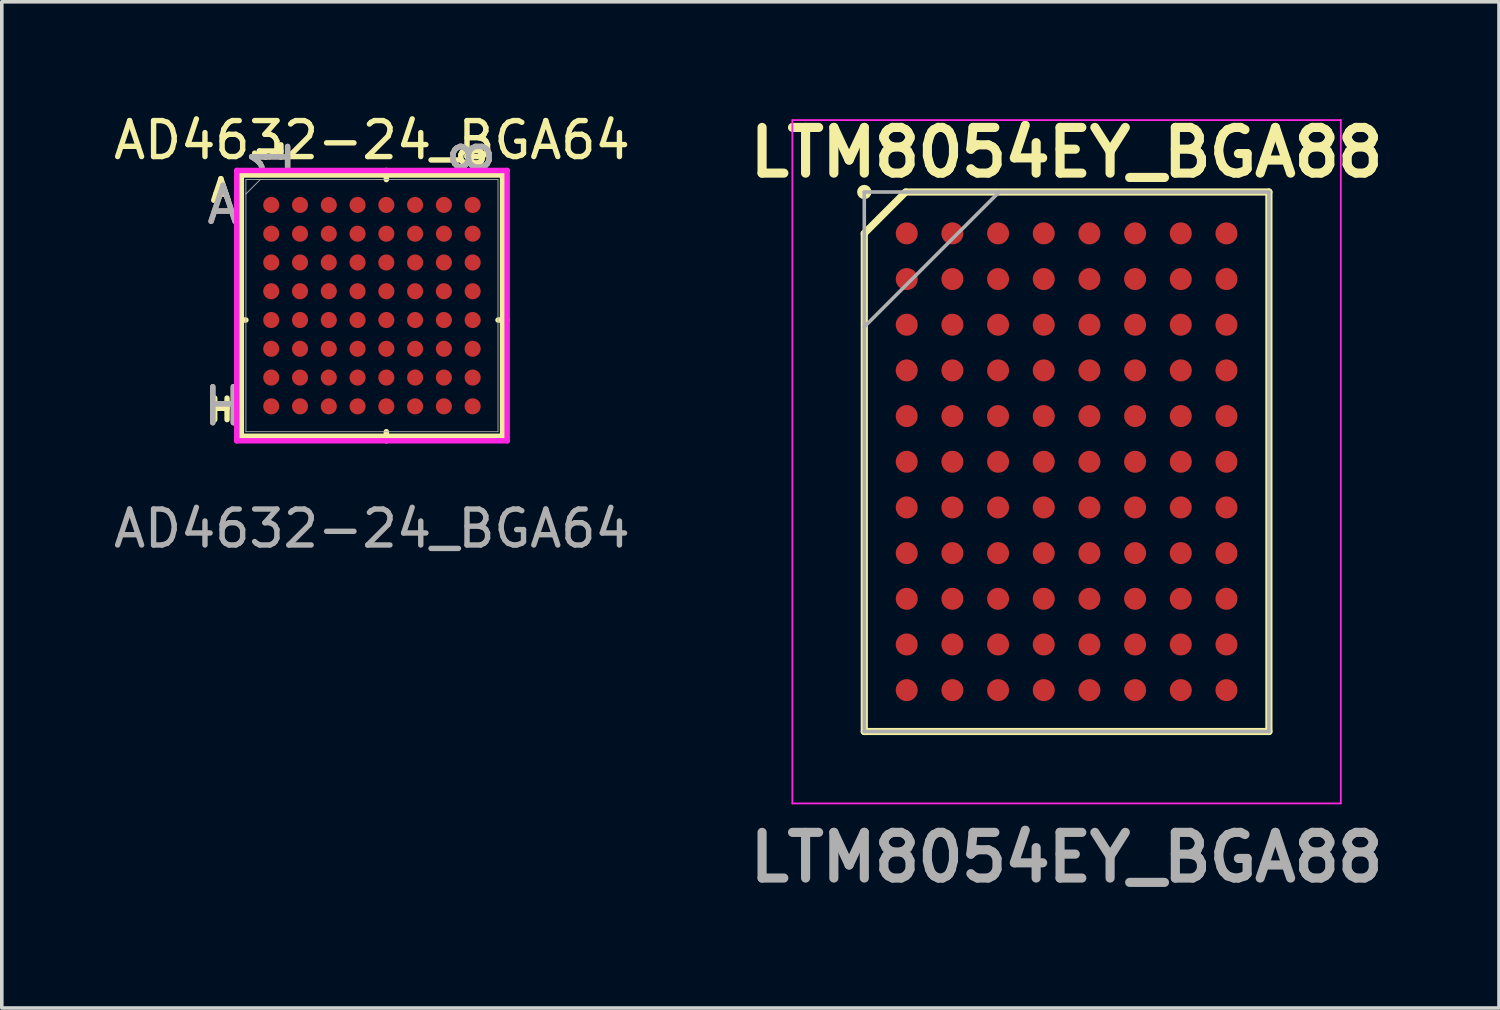
<source format=kicad_pcb>
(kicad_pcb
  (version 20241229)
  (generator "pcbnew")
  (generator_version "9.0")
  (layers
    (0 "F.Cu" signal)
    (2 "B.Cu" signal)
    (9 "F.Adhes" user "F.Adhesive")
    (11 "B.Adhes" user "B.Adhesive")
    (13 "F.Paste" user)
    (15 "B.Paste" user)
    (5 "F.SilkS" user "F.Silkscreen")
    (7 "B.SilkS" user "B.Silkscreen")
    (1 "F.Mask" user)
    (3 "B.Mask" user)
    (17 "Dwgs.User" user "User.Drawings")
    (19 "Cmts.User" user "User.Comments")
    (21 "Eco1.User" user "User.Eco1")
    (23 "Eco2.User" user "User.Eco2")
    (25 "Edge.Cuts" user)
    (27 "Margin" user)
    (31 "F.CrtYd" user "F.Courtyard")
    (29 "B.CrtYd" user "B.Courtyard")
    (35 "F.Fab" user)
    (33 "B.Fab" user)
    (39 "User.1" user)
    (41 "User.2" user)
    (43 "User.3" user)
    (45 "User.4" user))
  (footprint "AD4632-24_BGA64"
    (layer "F.Cu")
    (at 7.292 5.448)
    (property "Reference" "AD4632-24_BGA64" (at 0 -4.6 0) (unlocked yes) (layer "F.SilkS") (effects (font (size 1 1) (thickness 0.15))))
    (attr smd)
    (fp_line (start -3.632 -3.632) (end -3.632 3.632) (stroke (width 0.152) (type solid)) (layer "F.SilkS"))
    (fp_line (start -3.632 3.632) (end 3.632 3.632) (stroke (width 0.152) (type solid)) (layer "F.SilkS"))
    (fp_line (start -3.505 0.4) (end -3.759 0.4) (stroke (width 0.152) (type solid)) (layer "F.SilkS"))
    (fp_line (start 0.4 -3.505) (end 0.4 -3.759) (stroke (width 0.152) (type solid)) (layer "F.SilkS"))
    (fp_line (start 0.4 3.505) (end 0.4 3.759) (stroke (width 0.152) (type solid)) (layer "F.SilkS"))
    (fp_line (start 3.505 0.4) (end 3.759 0.4) (stroke (width 0.152) (type solid)) (layer "F.SilkS"))
    (fp_line (start 3.632 -3.632) (end -3.632 -3.632) (stroke (width 0.152) (type solid)) (layer "F.SilkS"))
    (fp_line (start 3.632 3.632) (end 3.632 -3.632) (stroke (width 0.152) (type solid)) (layer "F.SilkS"))
    (fp_poly (pts (xy -3.644 -3.644) (xy 3.644 -3.644) (xy 3.644 3.644) (xy -3.644 3.644)) (stroke (width 0.1) (type solid)) (fill no) (layer "Eco2.User"))
    (fp_line (start -3.759 -3.759) (end 3.759 -3.759) (stroke (width 0.152) (type solid)) (layer "F.CrtYd"))
    (fp_line (start -3.759 3.759) (end -3.759 -3.759) (stroke (width 0.152) (type solid)) (layer "F.CrtYd"))
    (fp_line (start 3.759 -3.759) (end 3.759 3.759) (stroke (width 0.152) (type solid)) (layer "F.CrtYd"))
    (fp_line (start 3.759 3.759) (end -3.759 3.759) (stroke (width 0.152) (type solid)) (layer "F.CrtYd"))
    (fp_line (start -3.505 -3.505) (end -3.505 3.505) (stroke (width 0.025) (type solid)) (layer "F.Fab"))
    (fp_line (start -3.505 3.505) (end 3.505 3.505) (stroke (width 0.025) (type solid)) (layer "F.Fab"))
    (fp_line (start -3.105 -3.505) (end -3.505 -3.105) (stroke (width 0.025) (type solid)) (layer "F.Fab"))
    (fp_line (start 3.505 -3.505) (end -3.505 -3.505) (stroke (width 0.025) (type solid)) (layer "F.Fab"))
    (fp_line (start 3.505 3.505) (end 3.505 -3.505) (stroke (width 0.025) (type solid)) (layer "F.Fab"))
    (fp_text user "8" (at 2.8 -4.14 90) (unlocked yes) (layer "F.SilkS") (effects (font (size 0.6 0.6) (thickness 0.15))))
    (fp_text user "H" (at -4.2 2.9 0) (unlocked yes) (layer "F.SilkS") (effects (font (size 0.6 0.6) (thickness 0.15))))
    (fp_text user "1" (at -2.8 -4.3 90) (unlocked yes) (layer "F.SilkS") (effects (font (size 0.6 0.6) (thickness 0.15))))
    (fp_text user "A" (at -4.2 -3.2 0) (unlocked yes) (layer "F.SilkS") (effects (font (size 0.6 0.6) (thickness 0.15))))
    (fp_text user "H" (at -4.14 2.8 0) (unlocked yes) (layer "B.SilkS") (effects (font (size 1 1) (thickness 0.15))))
    (fp_text user "A" (at -4.14 -2.8 0) (unlocked yes) (layer "B.SilkS") (effects (font (size 1 1) (thickness 0.15))))
    (fp_text user "1" (at -2.8 -4.14 90) (unlocked yes) (layer "B.SilkS") (effects (font (size 1 1) (thickness 0.15))))
    (fp_text user "8" (at 2.8 -4.14 90) (unlocked yes) (layer "B.SilkS") (effects (font (size 1 1) (thickness 0.15))))
    (fp_text user "A" (at -4.14 -2.8 0) (unlocked yes) (layer "F.Fab") (effects (font (size 1 1) (thickness 0.15))))
    (fp_text user "8" (at 2.8 -4.14 90) (unlocked yes) (layer "F.Fab") (effects (font (size 1 1) (thickness 0.15))))
    (fp_text user "H" (at -4.14 2.8 0) (unlocked yes) (layer "F.Fab") (effects (font (size 1 1) (thickness 0.15))))
    (fp_text user "1" (at -2.8 -4.14 90) (unlocked yes) (layer "F.Fab") (effects (font (size 1 1) (thickness 0.15))))
    (fp_text user "${REFERENCE}" (at 0 6.2 0) (unlocked yes) (layer "F.Fab") (effects (font (size 1 1) (thickness 0.15))))
    (pad "A1" smd circle (at -2.8 -2.8) (size 0.447 0.447) (layers "F.Cu" "F.Mask" "F.Paste"))
    (pad "A2" smd circle (at -2 -2.8) (size 0.447 0.447) (layers "F.Cu" "F.Mask" "F.Paste"))
    (pad "A3" smd circle (at -1.2 -2.8) (size 0.447 0.447) (layers "F.Cu" "F.Mask" "F.Paste"))
    (pad "A4" smd circle (at -0.4 -2.8) (size 0.447 0.447) (layers "F.Cu" "F.Mask" "F.Paste"))
    (pad "A5" smd circle (at 0.4 -2.8) (size 0.447 0.447) (layers "F.Cu" "F.Mask" "F.Paste"))
    (pad "A6" smd circle (at 1.2 -2.8) (size 0.447 0.447) (layers "F.Cu" "F.Mask" "F.Paste"))
    (pad "A7" smd circle (at 2 -2.8) (size 0.447 0.447) (layers "F.Cu" "F.Mask" "F.Paste"))
    (pad "A8" smd circle (at 2.8 -2.8) (size 0.447 0.447) (layers "F.Cu" "F.Mask" "F.Paste"))
    (pad "B1" smd circle (at -2.8 -2) (size 0.447 0.447) (layers "F.Cu" "F.Mask" "F.Paste"))
    (pad "B2" smd circle (at -2 -2) (size 0.447 0.447) (layers "F.Cu" "F.Mask" "F.Paste"))
    (pad "B3" smd circle (at -1.2 -2) (size 0.447 0.447) (layers "F.Cu" "F.Mask" "F.Paste"))
    (pad "B4" smd circle (at -0.4 -2) (size 0.447 0.447) (layers "F.Cu" "F.Mask" "F.Paste"))
    (pad "B5" smd circle (at 0.4 -2) (size 0.447 0.447) (layers "F.Cu" "F.Mask" "F.Paste"))
    (pad "B6" smd circle (at 1.2 -2) (size 0.447 0.447) (layers "F.Cu" "F.Mask" "F.Paste"))
    (pad "B7" smd circle (at 2 -2) (size 0.447 0.447) (layers "F.Cu" "F.Mask" "F.Paste"))
    (pad "B8" smd circle (at 2.8 -2) (size 0.447 0.447) (layers "F.Cu" "F.Mask" "F.Paste"))
    (pad "C1" smd circle (at -2.8 -1.2) (size 0.447 0.447) (layers "F.Cu" "F.Mask" "F.Paste"))
    (pad "C2" smd circle (at -2 -1.2) (size 0.447 0.447) (layers "F.Cu" "F.Mask" "F.Paste"))
    (pad "C3" smd circle (at -1.2 -1.2) (size 0.447 0.447) (layers "F.Cu" "F.Mask" "F.Paste"))
    (pad "C4" smd circle (at -0.4 -1.2) (size 0.447 0.447) (layers "F.Cu" "F.Mask" "F.Paste"))
    (pad "C5" smd circle (at 0.4 -1.2) (size 0.447 0.447) (layers "F.Cu" "F.Mask" "F.Paste"))
    (pad "C6" smd circle (at 1.2 -1.2) (size 0.447 0.447) (layers "F.Cu" "F.Mask" "F.Paste"))
    (pad "C7" smd circle (at 2 -1.2) (size 0.447 0.447) (layers "F.Cu" "F.Mask" "F.Paste"))
    (pad "C8" smd circle (at 2.8 -1.2) (size 0.447 0.447) (layers "F.Cu" "F.Mask" "F.Paste"))
    (pad "D1" smd circle (at -2.8 -0.4) (size 0.447 0.447) (layers "F.Cu" "F.Mask" "F.Paste"))
    (pad "D2" smd circle (at -2 -0.4) (size 0.447 0.447) (layers "F.Cu" "F.Mask" "F.Paste"))
    (pad "D3" smd circle (at -1.2 -0.4) (size 0.447 0.447) (layers "F.Cu" "F.Mask" "F.Paste"))
    (pad "D4" smd circle (at -0.4 -0.4) (size 0.447 0.447) (layers "F.Cu" "F.Mask" "F.Paste"))
    (pad "D5" smd circle (at 0.4 -0.4) (size 0.447 0.447) (layers "F.Cu" "F.Mask" "F.Paste"))
    (pad "D6" smd circle (at 1.2 -0.4) (size 0.447 0.447) (layers "F.Cu" "F.Mask" "F.Paste"))
    (pad "D7" smd circle (at 2 -0.4) (size 0.447 0.447) (layers "F.Cu" "F.Mask" "F.Paste"))
    (pad "D8" smd circle (at 2.8 -0.4) (size 0.447 0.447) (layers "F.Cu" "F.Mask" "F.Paste"))
    (pad "E1" smd circle (at -2.8 0.4) (size 0.447 0.447) (layers "F.Cu" "F.Mask" "F.Paste"))
    (pad "E2" smd circle (at -2 0.4) (size 0.447 0.447) (layers "F.Cu" "F.Mask" "F.Paste"))
    (pad "E3" smd circle (at -1.2 0.4) (size 0.447 0.447) (layers "F.Cu" "F.Mask" "F.Paste"))
    (pad "E4" smd circle (at -0.4 0.4) (size 0.447 0.447) (layers "F.Cu" "F.Mask" "F.Paste"))
    (pad "E5" smd circle (at 0.4 0.4) (size 0.447 0.447) (layers "F.Cu" "F.Mask" "F.Paste"))
    (pad "E6" smd circle (at 1.2 0.4) (size 0.447 0.447) (layers "F.Cu" "F.Mask" "F.Paste"))
    (pad "E7" smd circle (at 2 0.4) (size 0.447 0.447) (layers "F.Cu" "F.Mask" "F.Paste"))
    (pad "E8" smd circle (at 2.8 0.4) (size 0.447 0.447) (layers "F.Cu" "F.Mask" "F.Paste"))
    (pad "F1" smd circle (at -2.8 1.2) (size 0.447 0.447) (layers "F.Cu" "F.Mask" "F.Paste"))
    (pad "F2" smd circle (at -2 1.2) (size 0.447 0.447) (layers "F.Cu" "F.Mask" "F.Paste"))
    (pad "F3" smd circle (at -1.2 1.2) (size 0.447 0.447) (layers "F.Cu" "F.Mask" "F.Paste"))
    (pad "F4" smd circle (at -0.4 1.2) (size 0.447 0.447) (layers "F.Cu" "F.Mask" "F.Paste"))
    (pad "F5" smd circle (at 0.4 1.2) (size 0.447 0.447) (layers "F.Cu" "F.Mask" "F.Paste"))
    (pad "F6" smd circle (at 1.2 1.2) (size 0.447 0.447) (layers "F.Cu" "F.Mask" "F.Paste"))
    (pad "F7" smd circle (at 2 1.2) (size 0.447 0.447) (layers "F.Cu" "F.Mask" "F.Paste"))
    (pad "F8" smd circle (at 2.8 1.2) (size 0.447 0.447) (layers "F.Cu" "F.Mask" "F.Paste"))
    (pad "G1" smd circle (at -2.8 2) (size 0.447 0.447) (layers "F.Cu" "F.Mask" "F.Paste"))
    (pad "G2" smd circle (at -2 2) (size 0.447 0.447) (layers "F.Cu" "F.Mask" "F.Paste"))
    (pad "G3" smd circle (at -1.2 2) (size 0.447 0.447) (layers "F.Cu" "F.Mask" "F.Paste"))
    (pad "G4" smd circle (at -0.4 2) (size 0.447 0.447) (layers "F.Cu" "F.Mask" "F.Paste"))
    (pad "G5" smd circle (at 0.4 2) (size 0.447 0.447) (layers "F.Cu" "F.Mask" "F.Paste"))
    (pad "G6" smd circle (at 1.2 2) (size 0.447 0.447) (layers "F.Cu" "F.Mask" "F.Paste"))
    (pad "G7" smd circle (at 2 2) (size 0.447 0.447) (layers "F.Cu" "F.Mask" "F.Paste"))
    (pad "G8" smd circle (at 2.8 2) (size 0.447 0.447) (layers "F.Cu" "F.Mask" "F.Paste"))
    (pad "H1" smd circle (at -2.8 2.8) (size 0.447 0.447) (layers "F.Cu" "F.Mask" "F.Paste"))
    (pad "H2" smd circle (at -2 2.8) (size 0.447 0.447) (layers "F.Cu" "F.Mask" "F.Paste"))
    (pad "H3" smd circle (at -1.2 2.8) (size 0.447 0.447) (layers "F.Cu" "F.Mask" "F.Paste"))
    (pad "H4" smd circle (at -0.4 2.8) (size 0.447 0.447) (layers "F.Cu" "F.Mask" "F.Paste"))
    (pad "H5" smd circle (at 0.4 2.8) (size 0.447 0.447) (layers "F.Cu" "F.Mask" "F.Paste"))
    (pad "H6" smd circle (at 1.2 2.8) (size 0.447 0.447) (layers "F.Cu" "F.Mask" "F.Paste"))
    (pad "H7" smd circle (at 2 2.8) (size 0.447 0.447) (layers "F.Cu" "F.Mask" "F.Paste"))
    (pad "H8" smd circle (at 2.8 2.8) (size 0.447 0.447) (layers "F.Cu" "F.Mask" "F.Paste")))
  (footprint "LTM8054EY_BGA88"
    (layer "F.Cu")
    (at 26.606 9.789)
    (property "Reference" "LTM8054EY_BGA88" (at 0 -8.6 0) (layer "F.SilkS") (effects (font (size 1.27 1.27) (thickness 0.254))))
    (attr smd)
    (fp_line (start -5.625 -6.35) (end -4.475 -7.5) (stroke (width 0.2) (type solid)) (layer "F.SilkS"))
    (fp_line (start -5.625 7.5) (end -5.625 -6.35) (stroke (width 0.2) (type solid)) (layer "F.SilkS"))
    (fp_line (start -4.475 -7.5) (end 5.625 -7.5) (stroke (width 0.2) (type solid)) (layer "F.SilkS"))
    (fp_line (start 5.625 -7.5) (end 5.625 7.5) (stroke (width 0.2) (type solid)) (layer "F.SilkS"))
    (fp_line (start 5.625 7.5) (end -5.625 7.5) (stroke (width 0.2) (type solid)) (layer "F.SilkS"))
    (fp_circle (center -5.625 -7.5) (end -5.625 -7.4) (stroke (width 0.2) (type solid)) (fill no) (layer "F.SilkS"))
    (fp_line (start -7.625 -9.5) (end 7.625 -9.5) (stroke (width 0.05) (type solid)) (layer "F.CrtYd"))
    (fp_line (start -7.625 9.5) (end -7.625 -9.5) (stroke (width 0.05) (type solid)) (layer "F.CrtYd"))
    (fp_line (start 7.625 -9.5) (end 7.625 9.5) (stroke (width 0.05) (type solid)) (layer "F.CrtYd"))
    (fp_line (start 7.625 9.5) (end -7.625 9.5) (stroke (width 0.05) (type solid)) (layer "F.CrtYd"))
    (fp_line (start -5.625 -7.5) (end 5.625 -7.5) (stroke (width 0.1) (type solid)) (layer "F.Fab"))
    (fp_line (start -5.625 -3.75) (end -1.875 -7.5) (stroke (width 0.1) (type solid)) (layer "F.Fab"))
    (fp_line (start -5.625 7.5) (end -5.625 -7.5) (stroke (width 0.1) (type solid)) (layer "F.Fab"))
    (fp_line (start 5.625 -7.5) (end 5.625 7.5) (stroke (width 0.1) (type solid)) (layer "F.Fab"))
    (fp_line (start 5.625 7.5) (end -5.625 7.5) (stroke (width 0.1) (type solid)) (layer "F.Fab"))
    (fp_text user "${REFERENCE}" (at 0 11 0) (layer "F.Fab") (effects (font (size 1.27 1.27) (thickness 0.254))))
    (pad "A1" smd circle (at -4.445 -6.35 90) (size 0.612 0.612) (layers "F.Cu" "F.Mask" "F.Paste"))
    (pad "A2" smd circle (at -3.175 -6.35 90) (size 0.612 0.612) (layers "F.Cu" "F.Mask" "F.Paste"))
    (pad "A3" smd circle (at -1.905 -6.35 90) (size 0.612 0.612) (layers "F.Cu" "F.Mask" "F.Paste"))
    (pad "A4" smd circle (at -0.635 -6.35 90) (size 0.612 0.612) (layers "F.Cu" "F.Mask" "F.Paste"))
    (pad "A5" smd circle (at 0.635 -6.35 90) (size 0.612 0.612) (layers "F.Cu" "F.Mask" "F.Paste"))
    (pad "A6" smd circle (at 1.905 -6.35 90) (size 0.612 0.612) (layers "F.Cu" "F.Mask" "F.Paste"))
    (pad "A7" smd circle (at 3.175 -6.35 90) (size 0.612 0.612) (layers "F.Cu" "F.Mask" "F.Paste"))
    (pad "A8" smd circle (at 4.445 -6.35 90) (size 0.612 0.612) (layers "F.Cu" "F.Mask" "F.Paste"))
    (pad "B1" smd circle (at -4.445 -5.08 90) (size 0.612 0.612) (layers "F.Cu" "F.Mask" "F.Paste"))
    (pad "B2" smd circle (at -3.175 -5.08 90) (size 0.612 0.612) (layers "F.Cu" "F.Mask" "F.Paste"))
    (pad "B3" smd circle (at -1.905 -5.08 90) (size 0.612 0.612) (layers "F.Cu" "F.Mask" "F.Paste"))
    (pad "B4" smd circle (at -0.635 -5.08 90) (size 0.612 0.612) (layers "F.Cu" "F.Mask" "F.Paste"))
    (pad "B5" smd circle (at 0.635 -5.08 90) (size 0.612 0.612) (layers "F.Cu" "F.Mask" "F.Paste"))
    (pad "B6" smd circle (at 1.905 -5.08 90) (size 0.612 0.612) (layers "F.Cu" "F.Mask" "F.Paste"))
    (pad "B7" smd circle (at 3.175 -5.08 90) (size 0.612 0.612) (layers "F.Cu" "F.Mask" "F.Paste"))
    (pad "B8" smd circle (at 4.445 -5.08 90) (size 0.612 0.612) (layers "F.Cu" "F.Mask" "F.Paste"))
    (pad "C1" smd circle (at -4.445 -3.81 90) (size 0.612 0.612) (layers "F.Cu" "F.Mask" "F.Paste"))
    (pad "C2" smd circle (at -3.175 -3.81 90) (size 0.612 0.612) (layers "F.Cu" "F.Mask" "F.Paste"))
    (pad "C3" smd circle (at -1.905 -3.81 90) (size 0.612 0.612) (layers "F.Cu" "F.Mask" "F.Paste"))
    (pad "C4" smd circle (at -0.635 -3.81 90) (size 0.612 0.612) (layers "F.Cu" "F.Mask" "F.Paste"))
    (pad "C5" smd circle (at 0.635 -3.81 90) (size 0.612 0.612) (layers "F.Cu" "F.Mask" "F.Paste"))
    (pad "C6" smd circle (at 1.905 -3.81 90) (size 0.612 0.612) (layers "F.Cu" "F.Mask" "F.Paste"))
    (pad "C7" smd circle (at 3.175 -3.81 90) (size 0.612 0.612) (layers "F.Cu" "F.Mask" "F.Paste"))
    (pad "C8" smd circle (at 4.445 -3.81 90) (size 0.612 0.612) (layers "F.Cu" "F.Mask" "F.Paste"))
    (pad "D1" smd circle (at -4.445 -2.54 90) (size 0.612 0.612) (layers "F.Cu" "F.Mask" "F.Paste"))
    (pad "D2" smd circle (at -3.175 -2.54 90) (size 0.612 0.612) (layers "F.Cu" "F.Mask" "F.Paste"))
    (pad "D3" smd circle (at -1.905 -2.54 90) (size 0.612 0.612) (layers "F.Cu" "F.Mask" "F.Paste"))
    (pad "D4" smd circle (at -0.635 -2.54 90) (size 0.612 0.612) (layers "F.Cu" "F.Mask" "F.Paste"))
    (pad "D5" smd circle (at 0.635 -2.54 90) (size 0.612 0.612) (layers "F.Cu" "F.Mask" "F.Paste"))
    (pad "D6" smd circle (at 1.905 -2.54 90) (size 0.612 0.612) (layers "F.Cu" "F.Mask" "F.Paste"))
    (pad "D7" smd circle (at 3.175 -2.54 90) (size 0.612 0.612) (layers "F.Cu" "F.Mask" "F.Paste"))
    (pad "D8" smd circle (at 4.445 -2.54 90) (size 0.612 0.612) (layers "F.Cu" "F.Mask" "F.Paste"))
    (pad "E1" smd circle (at -4.445 -1.27 90) (size 0.612 0.612) (layers "F.Cu" "F.Mask" "F.Paste"))
    (pad "E2" smd circle (at -3.175 -1.27 90) (size 0.612 0.612) (layers "F.Cu" "F.Mask" "F.Paste"))
    (pad "E3" smd circle (at -1.905 -1.27 90) (size 0.612 0.612) (layers "F.Cu" "F.Mask" "F.Paste"))
    (pad "E4" smd circle (at -0.635 -1.27 90) (size 0.612 0.612) (layers "F.Cu" "F.Mask" "F.Paste"))
    (pad "E5" smd circle (at 0.635 -1.27 90) (size 0.612 0.612) (layers "F.Cu" "F.Mask" "F.Paste"))
    (pad "E6" smd circle (at 1.905 -1.27 90) (size 0.612 0.612) (layers "F.Cu" "F.Mask" "F.Paste"))
    (pad "E7" smd circle (at 3.175 -1.27 90) (size 0.612 0.612) (layers "F.Cu" "F.Mask" "F.Paste"))
    (pad "E8" smd circle (at 4.445 -1.27 90) (size 0.612 0.612) (layers "F.Cu" "F.Mask" "F.Paste"))
    (pad "F1" smd circle (at -4.445 0 90) (size 0.612 0.612) (layers "F.Cu" "F.Mask" "F.Paste"))
    (pad "F2" smd circle (at -3.175 0 90) (size 0.612 0.612) (layers "F.Cu" "F.Mask" "F.Paste"))
    (pad "F3" smd circle (at -1.905 0 90) (size 0.612 0.612) (layers "F.Cu" "F.Mask" "F.Paste"))
    (pad "F4" smd circle (at -0.635 0 90) (size 0.612 0.612) (layers "F.Cu" "F.Mask" "F.Paste"))
    (pad "F5" smd circle (at 0.635 0 90) (size 0.612 0.612) (layers "F.Cu" "F.Mask" "F.Paste"))
    (pad "F6" smd circle (at 1.905 0 90) (size 0.612 0.612) (layers "F.Cu" "F.Mask" "F.Paste"))
    (pad "F7" smd circle (at 3.175 0 90) (size 0.612 0.612) (layers "F.Cu" "F.Mask" "F.Paste"))
    (pad "F8" smd circle (at 4.445 0 90) (size 0.612 0.612) (layers "F.Cu" "F.Mask" "F.Paste"))
    (pad "G1" smd circle (at -4.445 1.27 90) (size 0.612 0.612) (layers "F.Cu" "F.Mask" "F.Paste"))
    (pad "G2" smd circle (at -3.175 1.27 90) (size 0.612 0.612) (layers "F.Cu" "F.Mask" "F.Paste"))
    (pad "G3" smd circle (at -1.905 1.27 90) (size 0.612 0.612) (layers "F.Cu" "F.Mask" "F.Paste"))
    (pad "G4" smd circle (at -0.635 1.27 90) (size 0.612 0.612) (layers "F.Cu" "F.Mask" "F.Paste"))
    (pad "G5" smd circle (at 0.635 1.27 90) (size 0.612 0.612) (layers "F.Cu" "F.Mask" "F.Paste"))
    (pad "G6" smd circle (at 1.905 1.27 90) (size 0.612 0.612) (layers "F.Cu" "F.Mask" "F.Paste"))
    (pad "G7" smd circle (at 3.175 1.27 90) (size 0.612 0.612) (layers "F.Cu" "F.Mask" "F.Paste"))
    (pad "G8" smd circle (at 4.445 1.27 90) (size 0.612 0.612) (layers "F.Cu" "F.Mask" "F.Paste"))
    (pad "H1" smd circle (at -4.445 2.54 90) (size 0.612 0.612) (layers "F.Cu" "F.Mask" "F.Paste"))
    (pad "H2" smd circle (at -3.175 2.54 90) (size 0.612 0.612) (layers "F.Cu" "F.Mask" "F.Paste"))
    (pad "H3" smd circle (at -1.905 2.54 90) (size 0.612 0.612) (layers "F.Cu" "F.Mask" "F.Paste"))
    (pad "H4" smd circle (at -0.635 2.54 90) (size 0.612 0.612) (layers "F.Cu" "F.Mask" "F.Paste"))
    (pad "H5" smd circle (at 0.635 2.54 90) (size 0.612 0.612) (layers "F.Cu" "F.Mask" "F.Paste"))
    (pad "H6" smd circle (at 1.905 2.54 90) (size 0.612 0.612) (layers "F.Cu" "F.Mask" "F.Paste"))
    (pad "H7" smd circle (at 3.175 2.54 90) (size 0.612 0.612) (layers "F.Cu" "F.Mask" "F.Paste"))
    (pad "H8" smd circle (at 4.445 2.54 90) (size 0.612 0.612) (layers "F.Cu" "F.Mask" "F.Paste"))
    (pad "J1" smd circle (at -4.445 3.81 90) (size 0.612 0.612) (layers "F.Cu" "F.Mask" "F.Paste"))
    (pad "J2" smd circle (at -3.175 3.81 90) (size 0.612 0.612) (layers "F.Cu" "F.Mask" "F.Paste"))
    (pad "J3" smd circle (at -1.905 3.81 90) (size 0.612 0.612) (layers "F.Cu" "F.Mask" "F.Paste"))
    (pad "J4" smd circle (at -0.635 3.81 90) (size 0.612 0.612) (layers "F.Cu" "F.Mask" "F.Paste"))
    (pad "J5" smd circle (at 0.635 3.81 90) (size 0.612 0.612) (layers "F.Cu" "F.Mask" "F.Paste"))
    (pad "J6" smd circle (at 1.905 3.81 90) (size 0.612 0.612) (layers "F.Cu" "F.Mask" "F.Paste"))
    (pad "J7" smd circle (at 3.175 3.81 90) (size 0.612 0.612) (layers "F.Cu" "F.Mask" "F.Paste"))
    (pad "J8" smd circle (at 4.445 3.81 90) (size 0.612 0.612) (layers "F.Cu" "F.Mask" "F.Paste"))
    (pad "K1" smd circle (at -4.445 5.08 90) (size 0.612 0.612) (layers "F.Cu" "F.Mask" "F.Paste"))
    (pad "K2" smd circle (at -3.175 5.08 90) (size 0.612 0.612) (layers "F.Cu" "F.Mask" "F.Paste"))
    (pad "K3" smd circle (at -1.905 5.08 90) (size 0.612 0.612) (layers "F.Cu" "F.Mask" "F.Paste"))
    (pad "K4" smd circle (at -0.635 5.08 90) (size 0.612 0.612) (layers "F.Cu" "F.Mask" "F.Paste"))
    (pad "K5" smd circle (at 0.635 5.08 90) (size 0.612 0.612) (layers "F.Cu" "F.Mask" "F.Paste"))
    (pad "K6" smd circle (at 1.905 5.08 90) (size 0.612 0.612) (layers "F.Cu" "F.Mask" "F.Paste"))
    (pad "K7" smd circle (at 3.175 5.08 90) (size 0.612 0.612) (layers "F.Cu" "F.Mask" "F.Paste"))
    (pad "K8" smd circle (at 4.445 5.08 90) (size 0.612 0.612) (layers "F.Cu" "F.Mask" "F.Paste"))
    (pad "L1" smd circle (at -4.445 6.35 90) (size 0.612 0.612) (layers "F.Cu" "F.Mask" "F.Paste"))
    (pad "L2" smd circle (at -3.175 6.35 90) (size 0.612 0.612) (layers "F.Cu" "F.Mask" "F.Paste"))
    (pad "L3" smd circle (at -1.905 6.35 90) (size 0.612 0.612) (layers "F.Cu" "F.Mask" "F.Paste"))
    (pad "L4" smd circle (at -0.635 6.35 90) (size 0.612 0.612) (layers "F.Cu" "F.Mask" "F.Paste"))
    (pad "L5" smd circle (at 0.635 6.35 90) (size 0.612 0.612) (layers "F.Cu" "F.Mask" "F.Paste"))
    (pad "L6" smd circle (at 1.905 6.35 90) (size 0.612 0.612) (layers "F.Cu" "F.Mask" "F.Paste"))
    (pad "L7" smd circle (at 3.175 6.35 90) (size 0.612 0.612) (layers "F.Cu" "F.Mask" "F.Paste"))
    (pad "L8" smd circle (at 4.445 6.35 90) (size 0.612 0.612) (layers "F.Cu" "F.Mask" "F.Paste")))
  (gr_rect
    (start -3 -3)
    (end 38.629 24.977)
    (stroke (width 0.1) (type default))
    (fill no)
    (layer "Edge.Cuts")))
</source>
